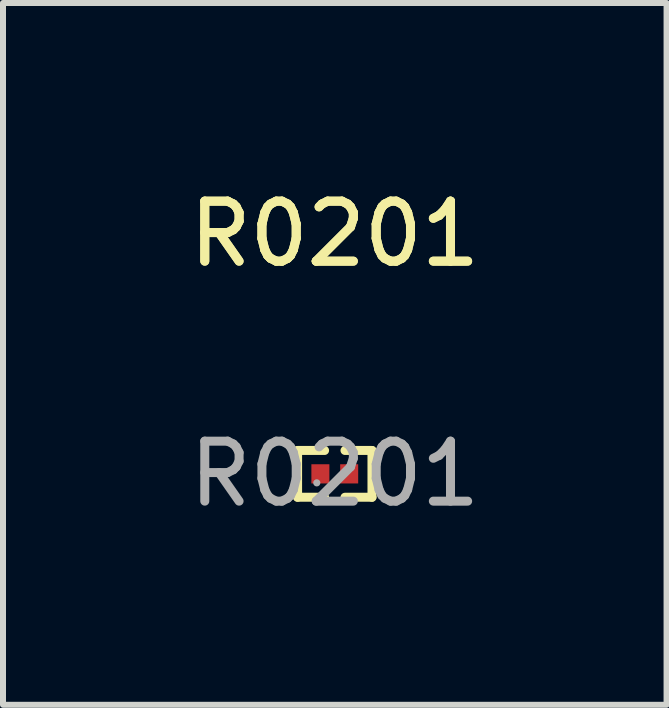
<source format=kicad_pcb>
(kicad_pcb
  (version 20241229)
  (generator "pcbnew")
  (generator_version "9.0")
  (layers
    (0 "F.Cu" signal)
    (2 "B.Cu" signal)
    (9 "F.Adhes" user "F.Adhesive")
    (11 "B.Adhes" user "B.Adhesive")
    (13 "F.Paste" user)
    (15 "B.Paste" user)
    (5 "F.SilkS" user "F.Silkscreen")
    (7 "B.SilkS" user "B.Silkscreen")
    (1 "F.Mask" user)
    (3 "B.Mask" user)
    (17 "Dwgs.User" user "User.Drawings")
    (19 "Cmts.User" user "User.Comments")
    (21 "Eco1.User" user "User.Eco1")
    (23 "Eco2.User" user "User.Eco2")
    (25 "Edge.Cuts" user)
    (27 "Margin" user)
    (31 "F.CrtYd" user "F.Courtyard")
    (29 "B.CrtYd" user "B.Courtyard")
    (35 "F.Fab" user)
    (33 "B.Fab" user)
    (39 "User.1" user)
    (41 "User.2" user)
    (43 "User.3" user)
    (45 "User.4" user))
  (footprint "R0201"
    (layer "F.Cu")
    (at 2.53 4.848)
    (property "Reference" "R0201" (at 0 -4 0) (layer "F.SilkS") (effects (font (size 1 1) (thickness 0.15))))
    (attr smd)
    (fp_line (start -0.62 -0.39) (end -0.17 -0.39) (stroke (width 0.15) (type solid)) (layer "F.SilkS"))
    (fp_line (start -0.62 0.39) (end -0.62 -0.39) (stroke (width 0.15) (type solid)) (layer "F.SilkS"))
    (fp_line (start -0.17 0.39) (end -0.62 0.39) (stroke (width 0.15) (type solid)) (layer "F.SilkS"))
    (fp_line (start 0.17 0.39) (end 0.62 0.39) (stroke (width 0.15) (type solid)) (layer "F.SilkS"))
    (fp_line (start 0.62 -0.39) (end 0.17 -0.39) (stroke (width 0.15) (type solid)) (layer "F.SilkS"))
    (fp_line (start 0.62 0.39) (end 0.62 -0.39) (stroke (width 0.15) (type solid)) (layer "F.SilkS"))
    (fp_circle (center -0.3 0.15) (end -0.27 0.15) (stroke (width 0.06) (type solid)) (fill no) (layer "F.Fab"))
    (fp_text user "${REFERENCE}" (at 0 -4 0) (layer "F.SilkS") (effects (font (size 1 1) (thickness 0.15))))
    (fp_text user "${REFERENCE}" (at 0 0 0) (layer "F.Fab") (effects (font (size 1 1) (thickness 0.15))))
    (pad "1" smd rect (at -0.24 0) (size 0.3 0.32) (layers "F.Cu" "F.Mask" "F.Paste"))
    (pad "2" smd rect (at 0.24 0) (size 0.3 0.32) (layers "F.Cu" "F.Mask" "F.Paste")))
  (gr_rect
    (start -3 -3)
    (end 8.06 8.697)
    (stroke (width 0.1) (type default))
    (fill no)
    (layer "Edge.Cuts")))
</source>
